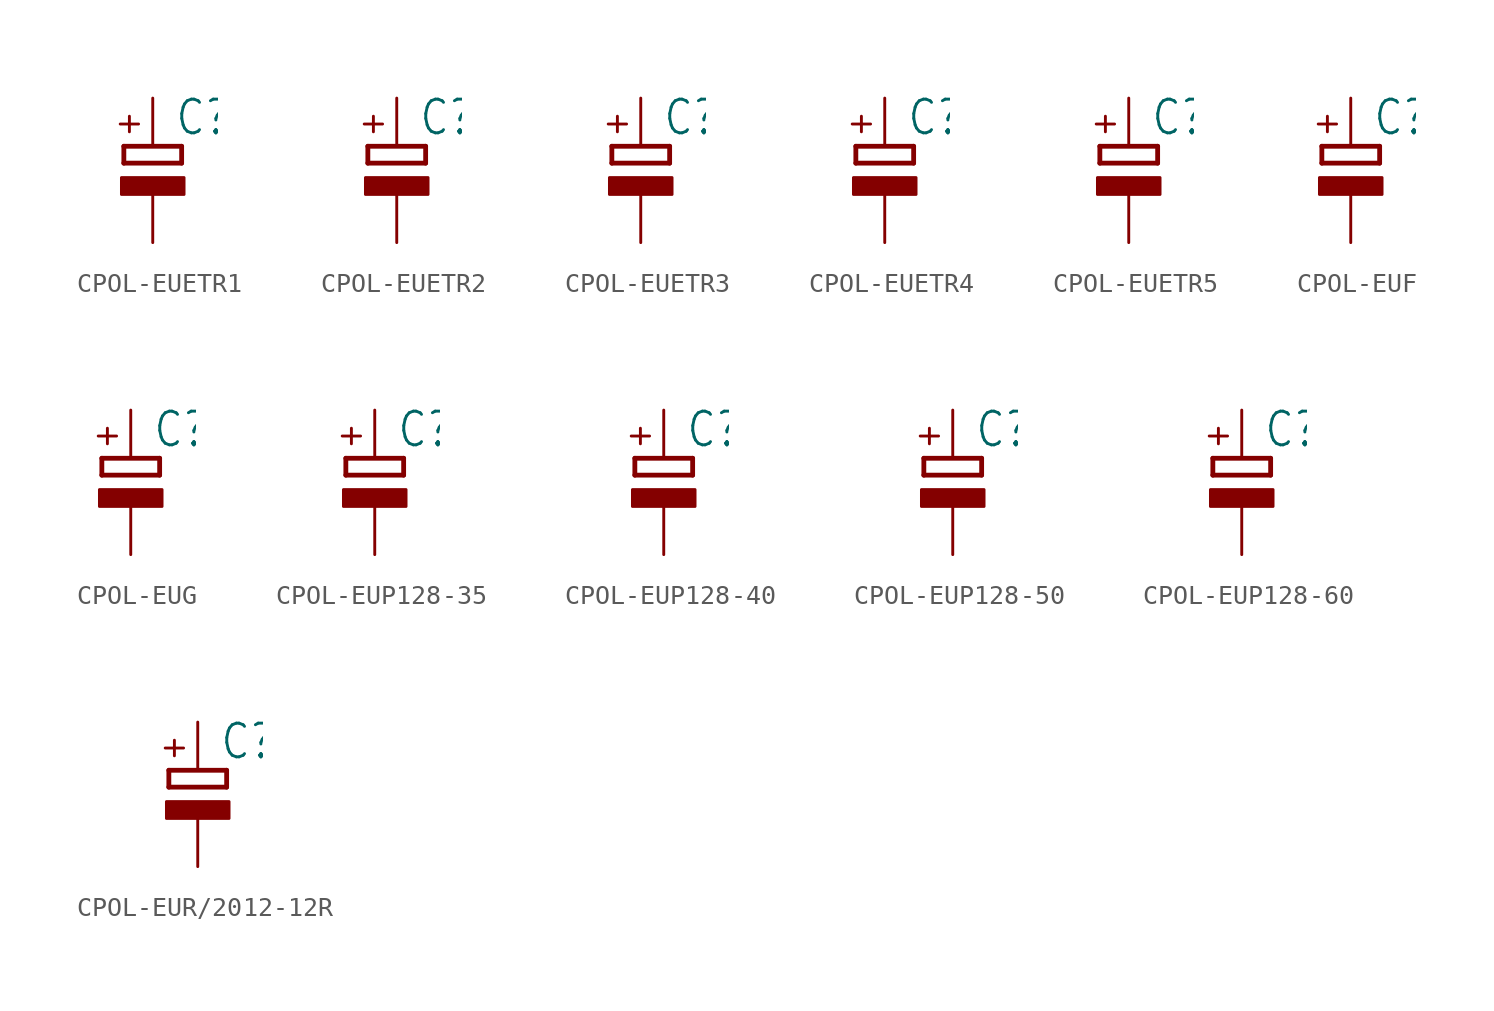
<source format=kicad_sym>
(kicad_symbol_lib
  (version 20241209)
  (generator "kicad_symbol_editor")
  (generator_version "9.0")
  (symbol "CPOL-EUETR1"
    (property "Reference" "C"
      (at 1.143 0.483 0)
      (effects (font (size 1.778 1.511)) (justify left bottom)))
    (property "Value" ""
      (at 1.143 -4.597 0)
      (effects (font (size 1.778 1.511)) (justify left bottom)))
    (property "ki_locked" ""
      (at 0 0 0)
      (effects (font (size 1.27 1.27))))
    (symbol "CPOL-EUETR1_1_0"
      (rectangle (start -1.651 -2.54) (end 1.651 -1.651) (stroke (width 0) (type default)) (fill (type outline)))
      (polyline (pts (xy -1.524 0) (xy -1.524 -0.889)) (stroke (width 0.254) (type solid)) (fill (type none)))
      (polyline (pts (xy -1.524 0) (xy 1.524 0)) (stroke (width 0.254) (type solid)) (fill (type none)))
      (polyline (pts (xy -1.524 -0.889) (xy 1.524 -0.889)) (stroke (width 0.254) (type solid)) (fill (type none)))
      (polyline (pts (xy 1.524 -0.889) (xy 1.524 0)) (stroke (width 0.254) (type solid)) (fill (type none)))
      (text "+" (at -0.584 0.406 900) (effects (font (size 1.27 1.079)) (justify left bottom)))
      (pin passive line (at 0 2.54 270) (length 2.54) (name "+" (effects (font (size 0 0)))) (number "+" (effects (font (size 0 0)))))
      (pin passive line (at 0 -5.08 90) (length 2.54) (name "-" (effects (font (size 0 0)))) (number "-" (effects (font (size 0 0)))))))
  (symbol "CPOL-EUETR2"
    (property "Reference" "C"
      (at 1.143 0.483 0)
      (effects (font (size 1.778 1.511)) (justify left bottom)))
    (property "Value" ""
      (at 1.143 -4.597 0)
      (effects (font (size 1.778 1.511)) (justify left bottom)))
    (property "ki_locked" ""
      (at 0 0 0)
      (effects (font (size 1.27 1.27))))
    (symbol "CPOL-EUETR2_1_0"
      (rectangle (start -1.651 -2.54) (end 1.651 -1.651) (stroke (width 0) (type default)) (fill (type outline)))
      (polyline (pts (xy -1.524 0) (xy -1.524 -0.889)) (stroke (width 0.254) (type solid)) (fill (type none)))
      (polyline (pts (xy -1.524 0) (xy 1.524 0)) (stroke (width 0.254) (type solid)) (fill (type none)))
      (polyline (pts (xy -1.524 -0.889) (xy 1.524 -0.889)) (stroke (width 0.254) (type solid)) (fill (type none)))
      (polyline (pts (xy 1.524 -0.889) (xy 1.524 0)) (stroke (width 0.254) (type solid)) (fill (type none)))
      (text "+" (at -0.584 0.406 900) (effects (font (size 1.27 1.079)) (justify left bottom)))
      (pin passive line (at 0 2.54 270) (length 2.54) (name "+" (effects (font (size 0 0)))) (number "+" (effects (font (size 0 0)))))
      (pin passive line (at 0 -5.08 90) (length 2.54) (name "-" (effects (font (size 0 0)))) (number "-" (effects (font (size 0 0)))))))
  (symbol "CPOL-EUETR3"
    (property "Reference" "C"
      (at 1.143 0.483 0)
      (effects (font (size 1.778 1.511)) (justify left bottom)))
    (property "Value" ""
      (at 1.143 -4.597 0)
      (effects (font (size 1.778 1.511)) (justify left bottom)))
    (property "ki_locked" ""
      (at 0 0 0)
      (effects (font (size 1.27 1.27))))
    (symbol "CPOL-EUETR3_1_0"
      (rectangle (start -1.651 -2.54) (end 1.651 -1.651) (stroke (width 0) (type default)) (fill (type outline)))
      (polyline (pts (xy -1.524 0) (xy -1.524 -0.889)) (stroke (width 0.254) (type solid)) (fill (type none)))
      (polyline (pts (xy -1.524 0) (xy 1.524 0)) (stroke (width 0.254) (type solid)) (fill (type none)))
      (polyline (pts (xy -1.524 -0.889) (xy 1.524 -0.889)) (stroke (width 0.254) (type solid)) (fill (type none)))
      (polyline (pts (xy 1.524 -0.889) (xy 1.524 0)) (stroke (width 0.254) (type solid)) (fill (type none)))
      (text "+" (at -0.584 0.406 900) (effects (font (size 1.27 1.079)) (justify left bottom)))
      (pin passive line (at 0 2.54 270) (length 2.54) (name "+" (effects (font (size 0 0)))) (number "+" (effects (font (size 0 0)))))
      (pin passive line (at 0 -5.08 90) (length 2.54) (name "-" (effects (font (size 0 0)))) (number "-" (effects (font (size 0 0)))))))
  (symbol "CPOL-EUETR4"
    (property "Reference" "C"
      (at 1.143 0.483 0)
      (effects (font (size 1.778 1.511)) (justify left bottom)))
    (property "Value" ""
      (at 1.143 -4.597 0)
      (effects (font (size 1.778 1.511)) (justify left bottom)))
    (property "ki_locked" ""
      (at 0 0 0)
      (effects (font (size 1.27 1.27))))
    (symbol "CPOL-EUETR4_1_0"
      (rectangle (start -1.651 -2.54) (end 1.651 -1.651) (stroke (width 0) (type default)) (fill (type outline)))
      (polyline (pts (xy -1.524 0) (xy -1.524 -0.889)) (stroke (width 0.254) (type solid)) (fill (type none)))
      (polyline (pts (xy -1.524 0) (xy 1.524 0)) (stroke (width 0.254) (type solid)) (fill (type none)))
      (polyline (pts (xy -1.524 -0.889) (xy 1.524 -0.889)) (stroke (width 0.254) (type solid)) (fill (type none)))
      (polyline (pts (xy 1.524 -0.889) (xy 1.524 0)) (stroke (width 0.254) (type solid)) (fill (type none)))
      (text "+" (at -0.584 0.406 900) (effects (font (size 1.27 1.079)) (justify left bottom)))
      (pin passive line (at 0 2.54 270) (length 2.54) (name "+" (effects (font (size 0 0)))) (number "+" (effects (font (size 0 0)))))
      (pin passive line (at 0 -5.08 90) (length 2.54) (name "-" (effects (font (size 0 0)))) (number "-" (effects (font (size 0 0)))))))
  (symbol "CPOL-EUETR5"
    (property "Reference" "C"
      (at 1.143 0.483 0)
      (effects (font (size 1.778 1.511)) (justify left bottom)))
    (property "Value" ""
      (at 1.143 -4.597 0)
      (effects (font (size 1.778 1.511)) (justify left bottom)))
    (property "ki_locked" ""
      (at 0 0 0)
      (effects (font (size 1.27 1.27))))
    (symbol "CPOL-EUETR5_1_0"
      (rectangle (start -1.651 -2.54) (end 1.651 -1.651) (stroke (width 0) (type default)) (fill (type outline)))
      (polyline (pts (xy -1.524 0) (xy -1.524 -0.889)) (stroke (width 0.254) (type solid)) (fill (type none)))
      (polyline (pts (xy -1.524 0) (xy 1.524 0)) (stroke (width 0.254) (type solid)) (fill (type none)))
      (polyline (pts (xy -1.524 -0.889) (xy 1.524 -0.889)) (stroke (width 0.254) (type solid)) (fill (type none)))
      (polyline (pts (xy 1.524 -0.889) (xy 1.524 0)) (stroke (width 0.254) (type solid)) (fill (type none)))
      (text "+" (at -0.584 0.406 900) (effects (font (size 1.27 1.079)) (justify left bottom)))
      (pin passive line (at 0 2.54 270) (length 2.54) (name "+" (effects (font (size 0 0)))) (number "+" (effects (font (size 0 0)))))
      (pin passive line (at 0 -5.08 90) (length 2.54) (name "-" (effects (font (size 0 0)))) (number "-" (effects (font (size 0 0)))))))
  (symbol "CPOL-EUF"
    (property "Reference" "C"
      (at 1.143 0.483 0)
      (effects (font (size 1.778 1.511)) (justify left bottom)))
    (property "Value" ""
      (at 1.143 -4.597 0)
      (effects (font (size 1.778 1.511)) (justify left bottom)))
    (property "ki_locked" ""
      (at 0 0 0)
      (effects (font (size 1.27 1.27))))
    (symbol "CPOL-EUF_1_0"
      (rectangle (start -1.651 -2.54) (end 1.651 -1.651) (stroke (width 0) (type default)) (fill (type outline)))
      (polyline (pts (xy -1.524 0) (xy -1.524 -0.889)) (stroke (width 0.254) (type solid)) (fill (type none)))
      (polyline (pts (xy -1.524 0) (xy 1.524 0)) (stroke (width 0.254) (type solid)) (fill (type none)))
      (polyline (pts (xy -1.524 -0.889) (xy 1.524 -0.889)) (stroke (width 0.254) (type solid)) (fill (type none)))
      (polyline (pts (xy 1.524 -0.889) (xy 1.524 0)) (stroke (width 0.254) (type solid)) (fill (type none)))
      (text "+" (at -0.584 0.406 900) (effects (font (size 1.27 1.079)) (justify left bottom)))
      (pin passive line (at 0 2.54 270) (length 2.54) (name "+" (effects (font (size 0 0)))) (number "+" (effects (font (size 0 0)))))
      (pin passive line (at 0 -5.08 90) (length 2.54) (name "-" (effects (font (size 0 0)))) (number "-" (effects (font (size 0 0)))))))
  (symbol "CPOL-EUG"
    (property "Reference" "C"
      (at 1.143 0.483 0)
      (effects (font (size 1.778 1.511)) (justify left bottom)))
    (property "Value" ""
      (at 1.143 -4.597 0)
      (effects (font (size 1.778 1.511)) (justify left bottom)))
    (property "ki_locked" ""
      (at 0 0 0)
      (effects (font (size 1.27 1.27))))
    (symbol "CPOL-EUG_1_0"
      (rectangle (start -1.651 -2.54) (end 1.651 -1.651) (stroke (width 0) (type default)) (fill (type outline)))
      (polyline (pts (xy -1.524 0) (xy -1.524 -0.889)) (stroke (width 0.254) (type solid)) (fill (type none)))
      (polyline (pts (xy -1.524 0) (xy 1.524 0)) (stroke (width 0.254) (type solid)) (fill (type none)))
      (polyline (pts (xy -1.524 -0.889) (xy 1.524 -0.889)) (stroke (width 0.254) (type solid)) (fill (type none)))
      (polyline (pts (xy 1.524 -0.889) (xy 1.524 0)) (stroke (width 0.254) (type solid)) (fill (type none)))
      (text "+" (at -0.584 0.406 900) (effects (font (size 1.27 1.079)) (justify left bottom)))
      (pin passive line (at 0 2.54 270) (length 2.54) (name "+" (effects (font (size 0 0)))) (number "+" (effects (font (size 0 0)))))
      (pin passive line (at 0 -5.08 90) (length 2.54) (name "-" (effects (font (size 0 0)))) (number "-" (effects (font (size 0 0)))))))
  (symbol "CPOL-EUP128-35"
    (property "Reference" "C"
      (at 1.143 0.483 0)
      (effects (font (size 1.778 1.511)) (justify left bottom)))
    (property "Value" ""
      (at 1.143 -4.597 0)
      (effects (font (size 1.778 1.511)) (justify left bottom)))
    (property "ki_locked" ""
      (at 0 0 0)
      (effects (font (size 1.27 1.27))))
    (symbol "CPOL-EUP128-35_1_0"
      (rectangle (start -1.651 -2.54) (end 1.651 -1.651) (stroke (width 0) (type default)) (fill (type outline)))
      (polyline (pts (xy -1.524 0) (xy -1.524 -0.889)) (stroke (width 0.254) (type solid)) (fill (type none)))
      (polyline (pts (xy -1.524 0) (xy 1.524 0)) (stroke (width 0.254) (type solid)) (fill (type none)))
      (polyline (pts (xy -1.524 -0.889) (xy 1.524 -0.889)) (stroke (width 0.254) (type solid)) (fill (type none)))
      (polyline (pts (xy 1.524 -0.889) (xy 1.524 0)) (stroke (width 0.254) (type solid)) (fill (type none)))
      (text "+" (at -0.584 0.406 900) (effects (font (size 1.27 1.079)) (justify left bottom)))
      (pin passive line (at 0 2.54 270) (length 2.54) (name "+" (effects (font (size 0 0)))) (number "+" (effects (font (size 0 0)))))
      (pin passive line (at 0 -5.08 90) (length 2.54) (name "-" (effects (font (size 0 0)))) (number "-" (effects (font (size 0 0)))))))
  (symbol "CPOL-EUP128-40"
    (property "Reference" "C"
      (at 1.143 0.483 0)
      (effects (font (size 1.778 1.511)) (justify left bottom)))
    (property "Value" ""
      (at 1.143 -4.597 0)
      (effects (font (size 1.778 1.511)) (justify left bottom)))
    (property "ki_locked" ""
      (at 0 0 0)
      (effects (font (size 1.27 1.27))))
    (symbol "CPOL-EUP128-40_1_0"
      (rectangle (start -1.651 -2.54) (end 1.651 -1.651) (stroke (width 0) (type default)) (fill (type outline)))
      (polyline (pts (xy -1.524 0) (xy -1.524 -0.889)) (stroke (width 0.254) (type solid)) (fill (type none)))
      (polyline (pts (xy -1.524 0) (xy 1.524 0)) (stroke (width 0.254) (type solid)) (fill (type none)))
      (polyline (pts (xy -1.524 -0.889) (xy 1.524 -0.889)) (stroke (width 0.254) (type solid)) (fill (type none)))
      (polyline (pts (xy 1.524 -0.889) (xy 1.524 0)) (stroke (width 0.254) (type solid)) (fill (type none)))
      (text "+" (at -0.584 0.406 900) (effects (font (size 1.27 1.079)) (justify left bottom)))
      (pin passive line (at 0 2.54 270) (length 2.54) (name "+" (effects (font (size 0 0)))) (number "+" (effects (font (size 0 0)))))
      (pin passive line (at 0 -5.08 90) (length 2.54) (name "-" (effects (font (size 0 0)))) (number "-" (effects (font (size 0 0)))))))
  (symbol "CPOL-EUP128-50"
    (property "Reference" "C"
      (at 1.143 0.483 0)
      (effects (font (size 1.778 1.511)) (justify left bottom)))
    (property "Value" ""
      (at 1.143 -4.597 0)
      (effects (font (size 1.778 1.511)) (justify left bottom)))
    (property "ki_locked" ""
      (at 0 0 0)
      (effects (font (size 1.27 1.27))))
    (symbol "CPOL-EUP128-50_1_0"
      (rectangle (start -1.651 -2.54) (end 1.651 -1.651) (stroke (width 0) (type default)) (fill (type outline)))
      (polyline (pts (xy -1.524 0) (xy -1.524 -0.889)) (stroke (width 0.254) (type solid)) (fill (type none)))
      (polyline (pts (xy -1.524 0) (xy 1.524 0)) (stroke (width 0.254) (type solid)) (fill (type none)))
      (polyline (pts (xy -1.524 -0.889) (xy 1.524 -0.889)) (stroke (width 0.254) (type solid)) (fill (type none)))
      (polyline (pts (xy 1.524 -0.889) (xy 1.524 0)) (stroke (width 0.254) (type solid)) (fill (type none)))
      (text "+" (at -0.584 0.406 900) (effects (font (size 1.27 1.079)) (justify left bottom)))
      (pin passive line (at 0 2.54 270) (length 2.54) (name "+" (effects (font (size 0 0)))) (number "+" (effects (font (size 0 0)))))
      (pin passive line (at 0 -5.08 90) (length 2.54) (name "-" (effects (font (size 0 0)))) (number "-" (effects (font (size 0 0)))))))
  (symbol "CPOL-EUP128-60"
    (property "Reference" "C"
      (at 1.143 0.483 0)
      (effects (font (size 1.778 1.511)) (justify left bottom)))
    (property "Value" ""
      (at 1.143 -4.597 0)
      (effects (font (size 1.778 1.511)) (justify left bottom)))
    (property "ki_locked" ""
      (at 0 0 0)
      (effects (font (size 1.27 1.27))))
    (symbol "CPOL-EUP128-60_1_0"
      (rectangle (start -1.651 -2.54) (end 1.651 -1.651) (stroke (width 0) (type default)) (fill (type outline)))
      (polyline (pts (xy -1.524 0) (xy -1.524 -0.889)) (stroke (width 0.254) (type solid)) (fill (type none)))
      (polyline (pts (xy -1.524 0) (xy 1.524 0)) (stroke (width 0.254) (type solid)) (fill (type none)))
      (polyline (pts (xy -1.524 -0.889) (xy 1.524 -0.889)) (stroke (width 0.254) (type solid)) (fill (type none)))
      (polyline (pts (xy 1.524 -0.889) (xy 1.524 0)) (stroke (width 0.254) (type solid)) (fill (type none)))
      (text "+" (at -0.584 0.406 900) (effects (font (size 1.27 1.079)) (justify left bottom)))
      (pin passive line (at 0 2.54 270) (length 2.54) (name "+" (effects (font (size 0 0)))) (number "+" (effects (font (size 0 0)))))
      (pin passive line (at 0 -5.08 90) (length 2.54) (name "-" (effects (font (size 0 0)))) (number "-" (effects (font (size 0 0)))))))
  (symbol "CPOL-EUR/2012-12R"
    (property "Reference" "C"
      (at 1.143 0.483 0)
      (effects (font (size 1.778 1.511)) (justify left bottom)))
    (property "Value" ""
      (at 1.143 -4.597 0)
      (effects (font (size 1.778 1.511)) (justify left bottom)))
    (property "ki_locked" ""
      (at 0 0 0)
      (effects (font (size 1.27 1.27))))
    (symbol "CPOL-EUR/2012-12R_1_0"
      (rectangle (start -1.651 -2.54) (end 1.651 -1.651) (stroke (width 0) (type default)) (fill (type outline)))
      (polyline (pts (xy -1.524 0) (xy -1.524 -0.889)) (stroke (width 0.254) (type solid)) (fill (type none)))
      (polyline (pts (xy -1.524 0) (xy 1.524 0)) (stroke (width 0.254) (type solid)) (fill (type none)))
      (polyline (pts (xy -1.524 -0.889) (xy 1.524 -0.889)) (stroke (width 0.254) (type solid)) (fill (type none)))
      (polyline (pts (xy 1.524 -0.889) (xy 1.524 0)) (stroke (width 0.254) (type solid)) (fill (type none)))
      (text "+" (at -0.584 0.406 900) (effects (font (size 1.27 1.079)) (justify left bottom)))
      (pin passive line (at 0 2.54 270) (length 2.54) (name "+" (effects (font (size 0 0)))) (number "+" (effects (font (size 0 0)))))
      (pin passive line (at 0 -5.08 90) (length 2.54) (name "-" (effects (font (size 0 0)))) (number "-" (effects (font (size 0 0))))))))
</source>
